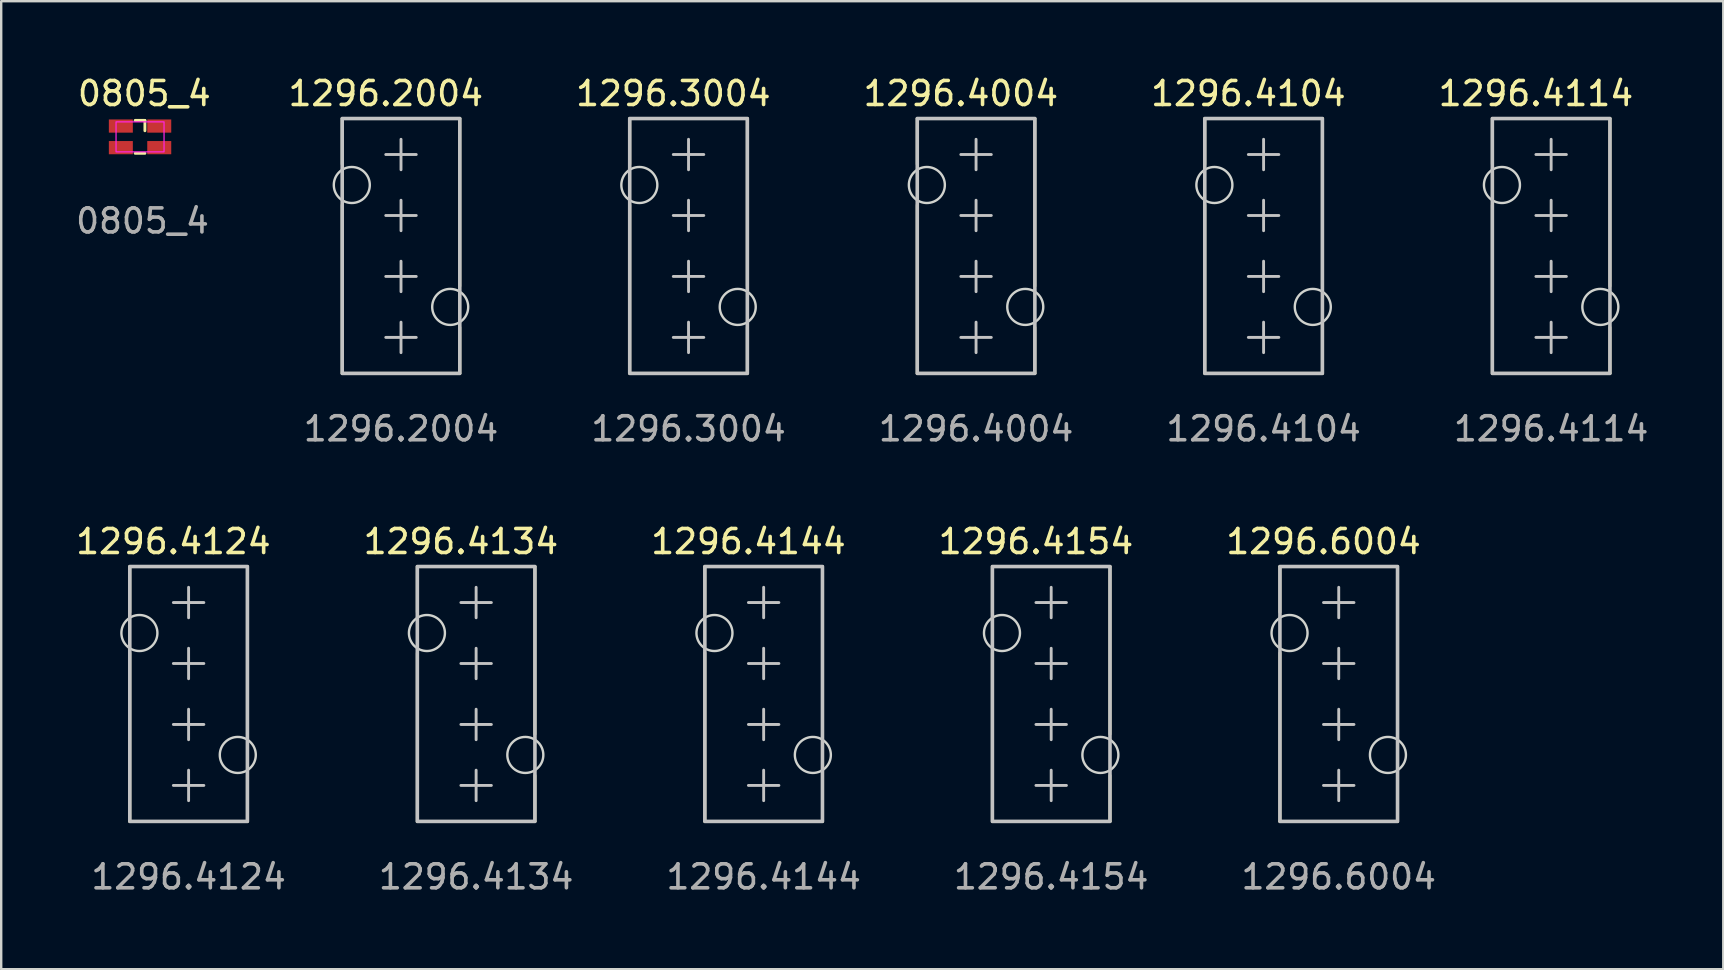
<source format=kicad_pcb>
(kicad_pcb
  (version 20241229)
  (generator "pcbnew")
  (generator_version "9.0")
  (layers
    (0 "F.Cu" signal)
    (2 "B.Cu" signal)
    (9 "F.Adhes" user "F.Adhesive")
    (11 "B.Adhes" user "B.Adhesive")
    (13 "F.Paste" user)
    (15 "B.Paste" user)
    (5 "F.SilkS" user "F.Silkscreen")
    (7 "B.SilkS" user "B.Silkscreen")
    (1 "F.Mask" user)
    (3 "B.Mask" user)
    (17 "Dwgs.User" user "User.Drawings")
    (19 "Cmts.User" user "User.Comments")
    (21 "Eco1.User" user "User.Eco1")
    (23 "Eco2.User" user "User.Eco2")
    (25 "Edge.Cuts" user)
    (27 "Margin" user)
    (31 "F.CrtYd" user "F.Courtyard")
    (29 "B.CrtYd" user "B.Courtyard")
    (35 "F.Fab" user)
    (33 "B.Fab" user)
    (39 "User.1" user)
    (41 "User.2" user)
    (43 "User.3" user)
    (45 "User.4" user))
  (footprint "1296.6004"
    (layer "F.Cu")
    (at 52.729 20.555)
    (property "Reference" "1296.6004" (at -0.635 -1.04 0) (unlocked yes) (layer "F.SilkS") (effects (font (size 1 1) (thickness 0.15))))
    (attr smd)
    (fp_line (start -2.45 0) (end 2.45 0) (stroke (width 0.12) (type solid)) (layer "F.SilkS"))
    (fp_line (start -2.45 1.905) (end -2.45 0) (stroke (width 0.12) (type solid)) (layer "F.SilkS"))
    (fp_line (start -2.45 10.62) (end -2.45 3.6) (stroke (width 0.12) (type solid)) (layer "F.SilkS"))
    (fp_line (start 2.45 0) (end 2.45 6.985) (stroke (width 0.12) (type solid)) (layer "F.SilkS"))
    (fp_line (start 2.45 8.7) (end 2.45 10.62) (stroke (width 0.12) (type solid)) (layer "F.SilkS"))
    (fp_line (start 2.45 10.62) (end -2.45 10.62) (stroke (width 0.12) (type solid)) (layer "F.SilkS"))
    (fp_line (start -0.635 1.5) (end 0.635 1.5) (stroke (width 0.12) (type solid)) (layer "Dwgs.User"))
    (fp_line (start -0.635 4.04) (end 0.635 4.04) (stroke (width 0.12) (type solid)) (layer "Dwgs.User"))
    (fp_line (start -0.635 6.58) (end 0.635 6.58) (stroke (width 0.12) (type solid)) (layer "Dwgs.User"))
    (fp_line (start -0.635 9.12) (end 0.635 9.12) (stroke (width 0.12) (type solid)) (layer "Dwgs.User"))
    (fp_line (start 0 0.865) (end 0 2.135) (stroke (width 0.12) (type solid)) (layer "Dwgs.User"))
    (fp_line (start 0 4.675) (end 0 3.405) (stroke (width 0.12) (type solid)) (layer "Dwgs.User"))
    (fp_line (start 0 5.945) (end 0 7.215) (stroke (width 0.12) (type solid)) (layer "Dwgs.User"))
    (fp_line (start 0 9.755) (end 0 8.485) (stroke (width 0.12) (type solid)) (layer "Dwgs.User"))
    (fp_rect (start -2.45 0) (end 2.45 10.62) (stroke (width 0.15) (type solid)) (fill no) (layer "Dwgs.User"))
    (fp_circle (center -2.05 2.77) (end -1.3 2.77) (stroke (width 0.1) (type solid)) (fill no) (layer "Edge.Cuts"))
    (fp_circle (center 2.05 7.85) (end 2.8 7.85) (stroke (width 0.1) (type solid)) (fill no) (layer "Edge.Cuts"))
    (fp_text user "${REFERENCE}" (at 0 12.93 0) (unlocked yes) (layer "F.Fab") (effects (font (size 1 1) (thickness 0.15)))))
  (footprint "1296.4144"
    (layer "F.Cu")
    (at 28.768 20.555)
    (property "Reference" "1296.4144" (at -0.635 -1.04 0) (unlocked yes) (layer "F.SilkS") (effects (font (size 1 1) (thickness 0.15))))
    (attr smd)
    (fp_line (start -2.45 0) (end 2.45 0) (stroke (width 0.12) (type solid)) (layer "F.SilkS"))
    (fp_line (start -2.45 1.905) (end -2.45 0) (stroke (width 0.12) (type solid)) (layer "F.SilkS"))
    (fp_line (start -2.45 10.62) (end -2.45 3.6) (stroke (width 0.12) (type solid)) (layer "F.SilkS"))
    (fp_line (start 2.45 0) (end 2.45 6.985) (stroke (width 0.12) (type solid)) (layer "F.SilkS"))
    (fp_line (start 2.45 8.7) (end 2.45 10.62) (stroke (width 0.12) (type solid)) (layer "F.SilkS"))
    (fp_line (start 2.45 10.62) (end -2.45 10.62) (stroke (width 0.12) (type solid)) (layer "F.SilkS"))
    (fp_line (start -0.635 1.5) (end 0.635 1.5) (stroke (width 0.12) (type solid)) (layer "Dwgs.User"))
    (fp_line (start -0.635 4.04) (end 0.635 4.04) (stroke (width 0.12) (type solid)) (layer "Dwgs.User"))
    (fp_line (start -0.635 6.58) (end 0.635 6.58) (stroke (width 0.12) (type solid)) (layer "Dwgs.User"))
    (fp_line (start -0.635 9.12) (end 0.635 9.12) (stroke (width 0.12) (type solid)) (layer "Dwgs.User"))
    (fp_line (start 0 0.865) (end 0 2.135) (stroke (width 0.12) (type solid)) (layer "Dwgs.User"))
    (fp_line (start 0 4.675) (end 0 3.405) (stroke (width 0.12) (type solid)) (layer "Dwgs.User"))
    (fp_line (start 0 5.945) (end 0 7.215) (stroke (width 0.12) (type solid)) (layer "Dwgs.User"))
    (fp_line (start 0 9.755) (end 0 8.485) (stroke (width 0.12) (type solid)) (layer "Dwgs.User"))
    (fp_rect (start -2.45 0) (end 2.45 10.62) (stroke (width 0.15) (type solid)) (fill no) (layer "Dwgs.User"))
    (fp_circle (center -2.05 2.77) (end -1.3 2.77) (stroke (width 0.1) (type solid)) (fill no) (layer "Edge.Cuts"))
    (fp_circle (center 2.05 7.85) (end 2.8 7.85) (stroke (width 0.1) (type solid)) (fill no) (layer "Edge.Cuts"))
    (fp_text user "${REFERENCE}" (at 0 12.93 0) (unlocked yes) (layer "F.Fab") (effects (font (size 1 1) (thickness 0.15)))))
  (footprint "0805_4"
    (layer "F.Cu")
    (at 2.785 2.652)
    (property "Reference" "0805_4" (at 0.178 -1.803 0) (unlocked yes) (layer "F.SilkS") (effects (font (size 1 1) (thickness 0.15))))
    (attr smd)
    (fp_line (start -0.203 -0.686) (end 0.203 -0.686) (stroke (width 0.12) (type solid)) (layer "F.SilkS"))
    (fp_line (start -0.203 0.686) (end 0.203 0.686) (stroke (width 0.12) (type solid)) (layer "F.SilkS"))
    (fp_line (start 0.203 -0.686) (end 0.203 -0.254) (stroke (width 0.12) (type solid)) (layer "F.SilkS"))
    (fp_rect (start -1 -0.625) (end 1 0.625) (stroke (width 0.05) (type solid)) (fill no) (layer "F.CrtYd"))
    (fp_text user "${REFERENCE}" (at 0.102 3.505 0) (unlocked yes) (layer "F.Fab") (effects (font (size 1 1) (thickness 0.15))))
    (pad "1" smd rect (at 0.8 -0.45) (size 1 0.55) (layers "F.Cu" "F.Mask" "F.Paste"))
    (pad "2" smd rect (at -0.8 -0.45) (size 1 0.55) (layers "F.Cu" "F.Mask" "F.Paste"))
    (pad "3" smd rect (at -0.8 0.45) (size 1 0.55) (layers "F.Cu" "F.Mask" "F.Paste"))
    (pad "4" smd rect (at 0.8 0.45) (size 1 0.55) (layers "F.Cu" "F.Mask" "F.Paste")))
  (footprint "1296.4134"
    (layer "F.Cu")
    (at 16.788 20.555)
    (property "Reference" "1296.4134" (at -0.635 -1.04 0) (unlocked yes) (layer "F.SilkS") (effects (font (size 1 1) (thickness 0.15))))
    (attr smd)
    (fp_line (start -2.45 0) (end 2.45 0) (stroke (width 0.12) (type solid)) (layer "F.SilkS"))
    (fp_line (start -2.45 1.905) (end -2.45 0) (stroke (width 0.12) (type solid)) (layer "F.SilkS"))
    (fp_line (start -2.45 10.62) (end -2.45 3.6) (stroke (width 0.12) (type solid)) (layer "F.SilkS"))
    (fp_line (start 2.45 0) (end 2.45 6.985) (stroke (width 0.12) (type solid)) (layer "F.SilkS"))
    (fp_line (start 2.45 8.7) (end 2.45 10.62) (stroke (width 0.12) (type solid)) (layer "F.SilkS"))
    (fp_line (start 2.45 10.62) (end -2.45 10.62) (stroke (width 0.12) (type solid)) (layer "F.SilkS"))
    (fp_line (start -0.635 1.5) (end 0.635 1.5) (stroke (width 0.12) (type solid)) (layer "Dwgs.User"))
    (fp_line (start -0.635 4.04) (end 0.635 4.04) (stroke (width 0.12) (type solid)) (layer "Dwgs.User"))
    (fp_line (start -0.635 6.58) (end 0.635 6.58) (stroke (width 0.12) (type solid)) (layer "Dwgs.User"))
    (fp_line (start -0.635 9.12) (end 0.635 9.12) (stroke (width 0.12) (type solid)) (layer "Dwgs.User"))
    (fp_line (start 0 0.865) (end 0 2.135) (stroke (width 0.12) (type solid)) (layer "Dwgs.User"))
    (fp_line (start 0 4.675) (end 0 3.405) (stroke (width 0.12) (type solid)) (layer "Dwgs.User"))
    (fp_line (start 0 5.945) (end 0 7.215) (stroke (width 0.12) (type solid)) (layer "Dwgs.User"))
    (fp_line (start 0 9.755) (end 0 8.485) (stroke (width 0.12) (type solid)) (layer "Dwgs.User"))
    (fp_rect (start -2.45 0) (end 2.45 10.62) (stroke (width 0.15) (type solid)) (fill no) (layer "Dwgs.User"))
    (fp_circle (center -2.05 2.77) (end -1.3 2.77) (stroke (width 0.1) (type solid)) (fill no) (layer "Edge.Cuts"))
    (fp_circle (center 2.05 7.85) (end 2.8 7.85) (stroke (width 0.1) (type solid)) (fill no) (layer "Edge.Cuts"))
    (fp_text user "${REFERENCE}" (at 0 12.93 0) (unlocked yes) (layer "F.Fab") (effects (font (size 1 1) (thickness 0.15)))))
  (footprint "1296.2004"
    (layer "F.Cu")
    (at 13.658 1.888)
    (property "Reference" "1296.2004" (at -0.635 -1.04 0) (unlocked yes) (layer "F.SilkS") (effects (font (size 1 1) (thickness 0.15))))
    (attr smd)
    (fp_line (start -2.45 0) (end 2.45 0) (stroke (width 0.12) (type solid)) (layer "F.SilkS"))
    (fp_line (start -2.45 1.905) (end -2.45 0) (stroke (width 0.12) (type solid)) (layer "F.SilkS"))
    (fp_line (start -2.45 10.62) (end -2.45 3.6) (stroke (width 0.12) (type solid)) (layer "F.SilkS"))
    (fp_line (start 2.45 0) (end 2.45 6.985) (stroke (width 0.12) (type solid)) (layer "F.SilkS"))
    (fp_line (start 2.45 8.7) (end 2.45 10.62) (stroke (width 0.12) (type solid)) (layer "F.SilkS"))
    (fp_line (start 2.45 10.62) (end -2.45 10.62) (stroke (width 0.12) (type solid)) (layer "F.SilkS"))
    (fp_line (start -0.635 1.5) (end 0.635 1.5) (stroke (width 0.12) (type solid)) (layer "Dwgs.User"))
    (fp_line (start -0.635 4.04) (end 0.635 4.04) (stroke (width 0.12) (type solid)) (layer "Dwgs.User"))
    (fp_line (start -0.635 6.58) (end 0.635 6.58) (stroke (width 0.12) (type solid)) (layer "Dwgs.User"))
    (fp_line (start -0.635 9.12) (end 0.635 9.12) (stroke (width 0.12) (type solid)) (layer "Dwgs.User"))
    (fp_line (start 0 0.865) (end 0 2.135) (stroke (width 0.12) (type solid)) (layer "Dwgs.User"))
    (fp_line (start 0 4.675) (end 0 3.405) (stroke (width 0.12) (type solid)) (layer "Dwgs.User"))
    (fp_line (start 0 5.945) (end 0 7.215) (stroke (width 0.12) (type solid)) (layer "Dwgs.User"))
    (fp_line (start 0 9.755) (end 0 8.485) (stroke (width 0.12) (type solid)) (layer "Dwgs.User"))
    (fp_rect (start -2.45 0) (end 2.45 10.62) (stroke (width 0.15) (type solid)) (fill no) (layer "Dwgs.User"))
    (fp_circle (center -2.05 2.77) (end -1.3 2.77) (stroke (width 0.1) (type solid)) (fill no) (layer "Edge.Cuts"))
    (fp_circle (center 2.05 7.85) (end 2.8 7.85) (stroke (width 0.1) (type solid)) (fill no) (layer "Edge.Cuts"))
    (fp_text user "${REFERENCE}" (at 0 12.93 0) (unlocked yes) (layer "F.Fab") (effects (font (size 1 1) (thickness 0.15)))))
  (footprint "1296.4154"
    (layer "F.Cu")
    (at 40.748 20.555)
    (property "Reference" "1296.4154" (at -0.635 -1.04 0) (unlocked yes) (layer "F.SilkS") (effects (font (size 1 1) (thickness 0.15))))
    (attr smd)
    (fp_line (start -2.45 0) (end 2.45 0) (stroke (width 0.12) (type solid)) (layer "F.SilkS"))
    (fp_line (start -2.45 1.905) (end -2.45 0) (stroke (width 0.12) (type solid)) (layer "F.SilkS"))
    (fp_line (start -2.45 10.62) (end -2.45 3.6) (stroke (width 0.12) (type solid)) (layer "F.SilkS"))
    (fp_line (start 2.45 0) (end 2.45 6.985) (stroke (width 0.12) (type solid)) (layer "F.SilkS"))
    (fp_line (start 2.45 8.7) (end 2.45 10.62) (stroke (width 0.12) (type solid)) (layer "F.SilkS"))
    (fp_line (start 2.45 10.62) (end -2.45 10.62) (stroke (width 0.12) (type solid)) (layer "F.SilkS"))
    (fp_line (start -0.635 1.5) (end 0.635 1.5) (stroke (width 0.12) (type solid)) (layer "Dwgs.User"))
    (fp_line (start -0.635 4.04) (end 0.635 4.04) (stroke (width 0.12) (type solid)) (layer "Dwgs.User"))
    (fp_line (start -0.635 6.58) (end 0.635 6.58) (stroke (width 0.12) (type solid)) (layer "Dwgs.User"))
    (fp_line (start -0.635 9.12) (end 0.635 9.12) (stroke (width 0.12) (type solid)) (layer "Dwgs.User"))
    (fp_line (start 0 0.865) (end 0 2.135) (stroke (width 0.12) (type solid)) (layer "Dwgs.User"))
    (fp_line (start 0 4.675) (end 0 3.405) (stroke (width 0.12) (type solid)) (layer "Dwgs.User"))
    (fp_line (start 0 5.945) (end 0 7.215) (stroke (width 0.12) (type solid)) (layer "Dwgs.User"))
    (fp_line (start 0 9.755) (end 0 8.485) (stroke (width 0.12) (type solid)) (layer "Dwgs.User"))
    (fp_rect (start -2.45 0) (end 2.45 10.62) (stroke (width 0.15) (type solid)) (fill no) (layer "Dwgs.User"))
    (fp_circle (center -2.05 2.77) (end -1.3 2.77) (stroke (width 0.1) (type solid)) (fill no) (layer "Edge.Cuts"))
    (fp_circle (center 2.05 7.85) (end 2.8 7.85) (stroke (width 0.1) (type solid)) (fill no) (layer "Edge.Cuts"))
    (fp_text user "${REFERENCE}" (at 0 12.93 0) (unlocked yes) (layer "F.Fab") (effects (font (size 1 1) (thickness 0.15)))))
  (footprint "1296.4104"
    (layer "F.Cu")
    (at 49.598 1.888)
    (property "Reference" "1296.4104" (at -0.635 -1.04 0) (unlocked yes) (layer "F.SilkS") (effects (font (size 1 1) (thickness 0.15))))
    (attr smd)
    (fp_line (start -2.45 0) (end 2.45 0) (stroke (width 0.12) (type solid)) (layer "F.SilkS"))
    (fp_line (start -2.45 1.905) (end -2.45 0) (stroke (width 0.12) (type solid)) (layer "F.SilkS"))
    (fp_line (start -2.45 10.62) (end -2.45 3.6) (stroke (width 0.12) (type solid)) (layer "F.SilkS"))
    (fp_line (start 2.45 0) (end 2.45 6.985) (stroke (width 0.12) (type solid)) (layer "F.SilkS"))
    (fp_line (start 2.45 8.7) (end 2.45 10.62) (stroke (width 0.12) (type solid)) (layer "F.SilkS"))
    (fp_line (start 2.45 10.62) (end -2.45 10.62) (stroke (width 0.12) (type solid)) (layer "F.SilkS"))
    (fp_line (start -0.635 1.5) (end 0.635 1.5) (stroke (width 0.12) (type solid)) (layer "Dwgs.User"))
    (fp_line (start -0.635 4.04) (end 0.635 4.04) (stroke (width 0.12) (type solid)) (layer "Dwgs.User"))
    (fp_line (start -0.635 6.58) (end 0.635 6.58) (stroke (width 0.12) (type solid)) (layer "Dwgs.User"))
    (fp_line (start -0.635 9.12) (end 0.635 9.12) (stroke (width 0.12) (type solid)) (layer "Dwgs.User"))
    (fp_line (start 0 0.865) (end 0 2.135) (stroke (width 0.12) (type solid)) (layer "Dwgs.User"))
    (fp_line (start 0 4.675) (end 0 3.405) (stroke (width 0.12) (type solid)) (layer "Dwgs.User"))
    (fp_line (start 0 5.945) (end 0 7.215) (stroke (width 0.12) (type solid)) (layer "Dwgs.User"))
    (fp_line (start 0 9.755) (end 0 8.485) (stroke (width 0.12) (type solid)) (layer "Dwgs.User"))
    (fp_rect (start -2.45 0) (end 2.45 10.62) (stroke (width 0.15) (type solid)) (fill no) (layer "Dwgs.User"))
    (fp_circle (center -2.05 2.77) (end -1.3 2.77) (stroke (width 0.1) (type solid)) (fill no) (layer "Edge.Cuts"))
    (fp_circle (center 2.05 7.85) (end 2.8 7.85) (stroke (width 0.1) (type solid)) (fill no) (layer "Edge.Cuts"))
    (fp_text user "${REFERENCE}" (at 0 12.93 0) (unlocked yes) (layer "F.Fab") (effects (font (size 1 1) (thickness 0.15)))))
  (footprint "1296.4004"
    (layer "F.Cu")
    (at 37.618 1.888)
    (property "Reference" "1296.4004" (at -0.635 -1.04 0) (unlocked yes) (layer "F.SilkS") (effects (font (size 1 1) (thickness 0.15))))
    (attr smd)
    (fp_line (start -2.45 0) (end 2.45 0) (stroke (width 0.12) (type solid)) (layer "F.SilkS"))
    (fp_line (start -2.45 1.905) (end -2.45 0) (stroke (width 0.12) (type solid)) (layer "F.SilkS"))
    (fp_line (start -2.45 10.62) (end -2.45 3.6) (stroke (width 0.12) (type solid)) (layer "F.SilkS"))
    (fp_line (start 2.45 0) (end 2.45 6.985) (stroke (width 0.12) (type solid)) (layer "F.SilkS"))
    (fp_line (start 2.45 8.7) (end 2.45 10.62) (stroke (width 0.12) (type solid)) (layer "F.SilkS"))
    (fp_line (start 2.45 10.62) (end -2.45 10.62) (stroke (width 0.12) (type solid)) (layer "F.SilkS"))
    (fp_line (start -0.635 1.5) (end 0.635 1.5) (stroke (width 0.12) (type solid)) (layer "Dwgs.User"))
    (fp_line (start -0.635 4.04) (end 0.635 4.04) (stroke (width 0.12) (type solid)) (layer "Dwgs.User"))
    (fp_line (start -0.635 6.58) (end 0.635 6.58) (stroke (width 0.12) (type solid)) (layer "Dwgs.User"))
    (fp_line (start -0.635 9.12) (end 0.635 9.12) (stroke (width 0.12) (type solid)) (layer "Dwgs.User"))
    (fp_line (start 0 0.865) (end 0 2.135) (stroke (width 0.12) (type solid)) (layer "Dwgs.User"))
    (fp_line (start 0 4.675) (end 0 3.405) (stroke (width 0.12) (type solid)) (layer "Dwgs.User"))
    (fp_line (start 0 5.945) (end 0 7.215) (stroke (width 0.12) (type solid)) (layer "Dwgs.User"))
    (fp_line (start 0 9.755) (end 0 8.485) (stroke (width 0.12) (type solid)) (layer "Dwgs.User"))
    (fp_rect (start -2.45 0) (end 2.45 10.62) (stroke (width 0.15) (type solid)) (fill no) (layer "Dwgs.User"))
    (fp_circle (center -2.05 2.77) (end -1.3 2.77) (stroke (width 0.1) (type solid)) (fill no) (layer "Edge.Cuts"))
    (fp_circle (center 2.05 7.85) (end 2.8 7.85) (stroke (width 0.1) (type solid)) (fill no) (layer "Edge.Cuts"))
    (fp_text user "${REFERENCE}" (at 0 12.93 0) (unlocked yes) (layer "F.Fab") (effects (font (size 1 1) (thickness 0.15)))))
  (footprint "1296.3004"
    (layer "F.Cu")
    (at 25.638 1.888)
    (property "Reference" "1296.3004" (at -0.635 -1.04 0) (unlocked yes) (layer "F.SilkS") (effects (font (size 1 1) (thickness 0.15))))
    (attr smd)
    (fp_line (start -2.45 0) (end 2.45 0) (stroke (width 0.12) (type solid)) (layer "F.SilkS"))
    (fp_line (start -2.45 1.905) (end -2.45 0) (stroke (width 0.12) (type solid)) (layer "F.SilkS"))
    (fp_line (start -2.45 10.62) (end -2.45 3.6) (stroke (width 0.12) (type solid)) (layer "F.SilkS"))
    (fp_line (start 2.45 0) (end 2.45 6.985) (stroke (width 0.12) (type solid)) (layer "F.SilkS"))
    (fp_line (start 2.45 8.7) (end 2.45 10.62) (stroke (width 0.12) (type solid)) (layer "F.SilkS"))
    (fp_line (start 2.45 10.62) (end -2.45 10.62) (stroke (width 0.12) (type solid)) (layer "F.SilkS"))
    (fp_line (start -0.635 1.5) (end 0.635 1.5) (stroke (width 0.12) (type solid)) (layer "Dwgs.User"))
    (fp_line (start -0.635 4.04) (end 0.635 4.04) (stroke (width 0.12) (type solid)) (layer "Dwgs.User"))
    (fp_line (start -0.635 6.58) (end 0.635 6.58) (stroke (width 0.12) (type solid)) (layer "Dwgs.User"))
    (fp_line (start -0.635 9.12) (end 0.635 9.12) (stroke (width 0.12) (type solid)) (layer "Dwgs.User"))
    (fp_line (start 0 0.865) (end 0 2.135) (stroke (width 0.12) (type solid)) (layer "Dwgs.User"))
    (fp_line (start 0 4.675) (end 0 3.405) (stroke (width 0.12) (type solid)) (layer "Dwgs.User"))
    (fp_line (start 0 5.945) (end 0 7.215) (stroke (width 0.12) (type solid)) (layer "Dwgs.User"))
    (fp_line (start 0 9.755) (end 0 8.485) (stroke (width 0.12) (type solid)) (layer "Dwgs.User"))
    (fp_rect (start -2.45 0) (end 2.45 10.62) (stroke (width 0.15) (type solid)) (fill no) (layer "Dwgs.User"))
    (fp_circle (center -2.05 2.77) (end -1.3 2.77) (stroke (width 0.1) (type solid)) (fill no) (layer "Edge.Cuts"))
    (fp_circle (center 2.05 7.85) (end 2.8 7.85) (stroke (width 0.1) (type solid)) (fill no) (layer "Edge.Cuts"))
    (fp_text user "${REFERENCE}" (at 0 12.93 0) (unlocked yes) (layer "F.Fab") (effects (font (size 1 1) (thickness 0.15)))))
  (footprint "1296.4114"
    (layer "F.Cu")
    (at 61.579 1.888)
    (property "Reference" "1296.4114" (at -0.635 -1.04 0) (unlocked yes) (layer "F.SilkS") (effects (font (size 1 1) (thickness 0.15))))
    (attr smd)
    (fp_line (start -2.45 0) (end 2.45 0) (stroke (width 0.12) (type solid)) (layer "F.SilkS"))
    (fp_line (start -2.45 1.905) (end -2.45 0) (stroke (width 0.12) (type solid)) (layer "F.SilkS"))
    (fp_line (start -2.45 10.62) (end -2.45 3.6) (stroke (width 0.12) (type solid)) (layer "F.SilkS"))
    (fp_line (start 2.45 0) (end 2.45 6.985) (stroke (width 0.12) (type solid)) (layer "F.SilkS"))
    (fp_line (start 2.45 8.7) (end 2.45 10.62) (stroke (width 0.12) (type solid)) (layer "F.SilkS"))
    (fp_line (start 2.45 10.62) (end -2.45 10.62) (stroke (width 0.12) (type solid)) (layer "F.SilkS"))
    (fp_line (start -0.635 1.5) (end 0.635 1.5) (stroke (width 0.12) (type solid)) (layer "Dwgs.User"))
    (fp_line (start -0.635 4.04) (end 0.635 4.04) (stroke (width 0.12) (type solid)) (layer "Dwgs.User"))
    (fp_line (start -0.635 6.58) (end 0.635 6.58) (stroke (width 0.12) (type solid)) (layer "Dwgs.User"))
    (fp_line (start -0.635 9.12) (end 0.635 9.12) (stroke (width 0.12) (type solid)) (layer "Dwgs.User"))
    (fp_line (start 0 0.865) (end 0 2.135) (stroke (width 0.12) (type solid)) (layer "Dwgs.User"))
    (fp_line (start 0 4.675) (end 0 3.405) (stroke (width 0.12) (type solid)) (layer "Dwgs.User"))
    (fp_line (start 0 5.945) (end 0 7.215) (stroke (width 0.12) (type solid)) (layer "Dwgs.User"))
    (fp_line (start 0 9.755) (end 0 8.485) (stroke (width 0.12) (type solid)) (layer "Dwgs.User"))
    (fp_rect (start -2.45 0) (end 2.45 10.62) (stroke (width 0.15) (type solid)) (fill no) (layer "Dwgs.User"))
    (fp_circle (center -2.05 2.77) (end -1.3 2.77) (stroke (width 0.1) (type solid)) (fill no) (layer "Edge.Cuts"))
    (fp_circle (center 2.05 7.85) (end 2.8 7.85) (stroke (width 0.1) (type solid)) (fill no) (layer "Edge.Cuts"))
    (fp_text user "${REFERENCE}" (at 0 12.93 0) (unlocked yes) (layer "F.Fab") (effects (font (size 1 1) (thickness 0.15)))))
  (footprint "1296.4124"
    (layer "F.Cu")
    (at 4.808 20.555)
    (property "Reference" "1296.4124" (at -0.635 -1.04 0) (unlocked yes) (layer "F.SilkS") (effects (font (size 1 1) (thickness 0.15))))
    (attr smd)
    (fp_line (start -2.45 0) (end 2.45 0) (stroke (width 0.12) (type solid)) (layer "F.SilkS"))
    (fp_line (start -2.45 1.905) (end -2.45 0) (stroke (width 0.12) (type solid)) (layer "F.SilkS"))
    (fp_line (start -2.45 10.62) (end -2.45 3.6) (stroke (width 0.12) (type solid)) (layer "F.SilkS"))
    (fp_line (start 2.45 0) (end 2.45 6.985) (stroke (width 0.12) (type solid)) (layer "F.SilkS"))
    (fp_line (start 2.45 8.7) (end 2.45 10.62) (stroke (width 0.12) (type solid)) (layer "F.SilkS"))
    (fp_line (start 2.45 10.62) (end -2.45 10.62) (stroke (width 0.12) (type solid)) (layer "F.SilkS"))
    (fp_line (start -0.635 1.5) (end 0.635 1.5) (stroke (width 0.12) (type solid)) (layer "Dwgs.User"))
    (fp_line (start -0.635 4.04) (end 0.635 4.04) (stroke (width 0.12) (type solid)) (layer "Dwgs.User"))
    (fp_line (start -0.635 6.58) (end 0.635 6.58) (stroke (width 0.12) (type solid)) (layer "Dwgs.User"))
    (fp_line (start -0.635 9.12) (end 0.635 9.12) (stroke (width 0.12) (type solid)) (layer "Dwgs.User"))
    (fp_line (start 0 0.865) (end 0 2.135) (stroke (width 0.12) (type solid)) (layer "Dwgs.User"))
    (fp_line (start 0 4.675) (end 0 3.405) (stroke (width 0.12) (type solid)) (layer "Dwgs.User"))
    (fp_line (start 0 5.945) (end 0 7.215) (stroke (width 0.12) (type solid)) (layer "Dwgs.User"))
    (fp_line (start 0 9.755) (end 0 8.485) (stroke (width 0.12) (type solid)) (layer "Dwgs.User"))
    (fp_rect (start -2.45 0) (end 2.45 10.62) (stroke (width 0.15) (type solid)) (fill no) (layer "Dwgs.User"))
    (fp_circle (center -2.05 2.77) (end -1.3 2.77) (stroke (width 0.1) (type solid)) (fill no) (layer "Edge.Cuts"))
    (fp_circle (center 2.05 7.85) (end 2.8 7.85) (stroke (width 0.1) (type solid)) (fill no) (layer "Edge.Cuts"))
    (fp_text user "${REFERENCE}" (at 0 12.93 0) (unlocked yes) (layer "F.Fab") (effects (font (size 1 1) (thickness 0.15)))))
  (gr_rect
    (start -3 -3)
    (end 68.751 37.333)
    (stroke (width 0.1) (type default))
    (fill no)
    (layer "Edge.Cuts")))
</source>
